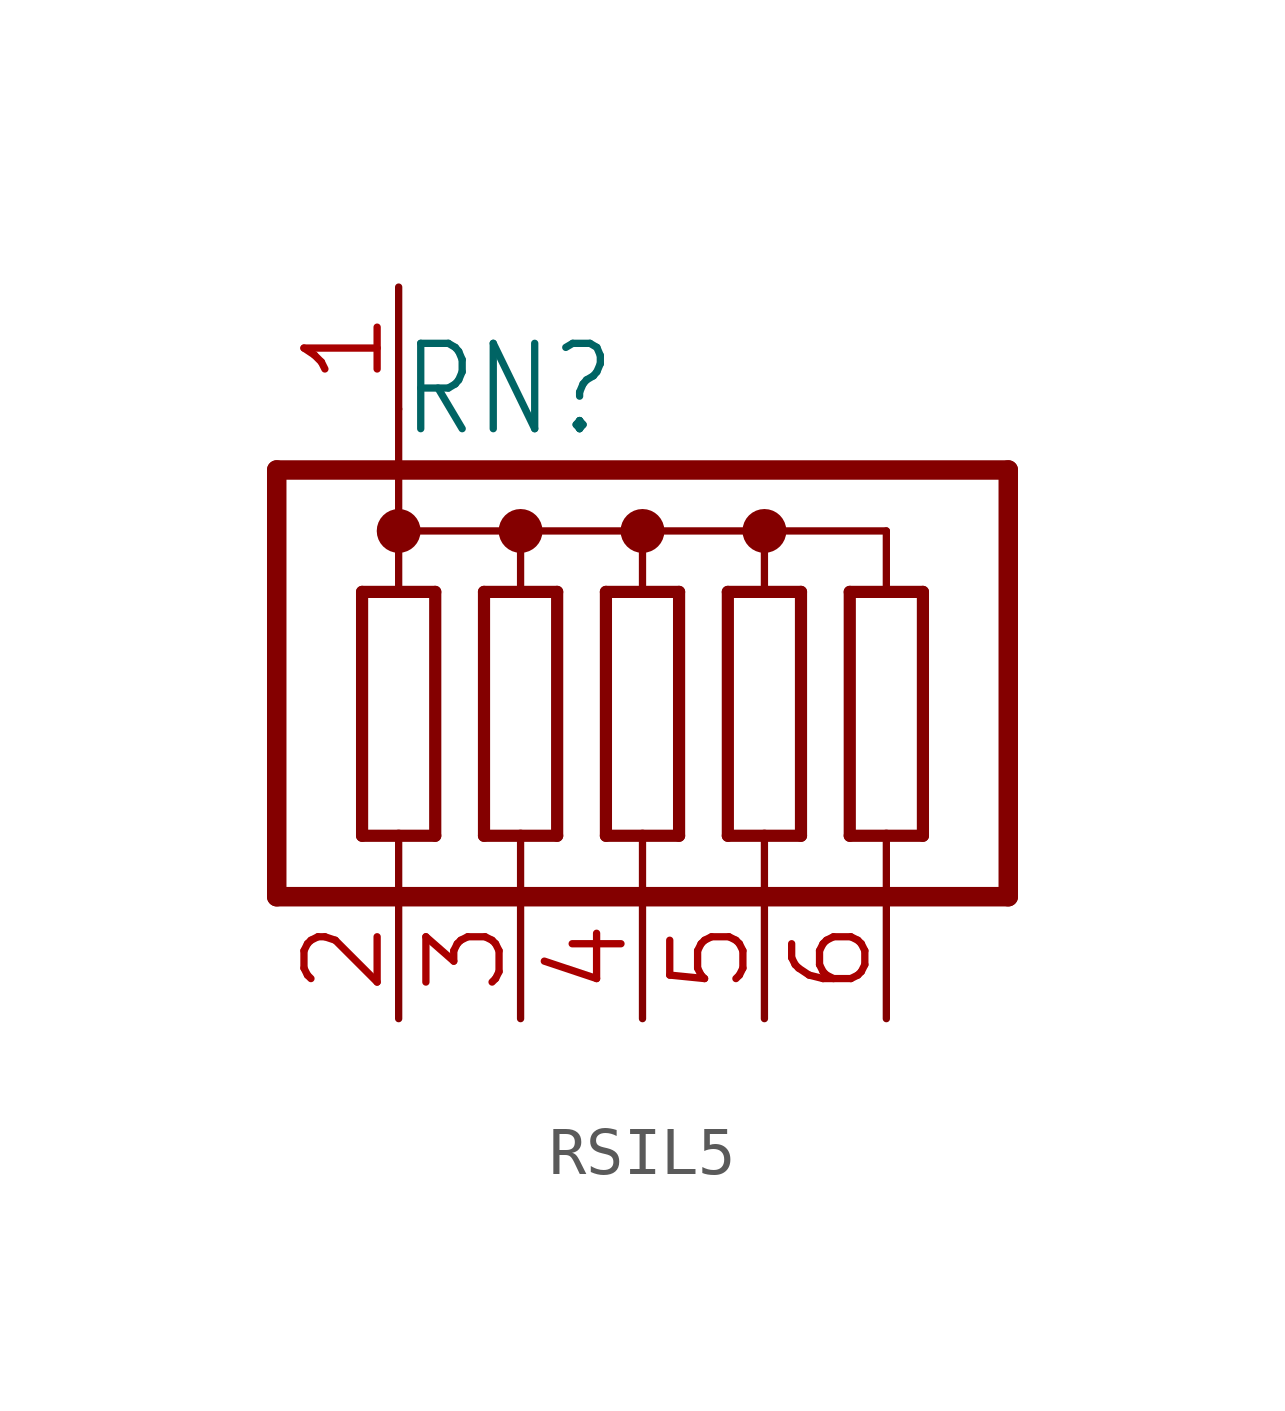
<source format=kicad_sym>
(kicad_symbol_lib
  (version 20241209)
  (generator "kicad_symbol_editor")
  (generator_version "9.0")
  (symbol "RSIL5"
    (property "Reference" "RN"
      (at -5.08 6.985 0)
      (effects (font (size 1.778 1.511)) (justify left bottom)))
    (property "Value" ""
      (at 2.54 6.985 0)
      (effects (font (size 1.778 1.511)) (justify left bottom)))
    (property "ki_locked" ""
      (at 0 0 0)
      (effects (font (size 1.27 1.27))))
    (symbol "RSIL5_1_0"
      (polyline (pts (xy -7.62 6.35) (xy 7.62 6.35)) (stroke (width 0.406) (type solid)) (fill (type none)))
      (polyline (pts (xy -7.62 -2.54) (xy -7.62 6.35)) (stroke (width 0.406) (type solid)) (fill (type none)))
      (polyline (pts (xy -7.62 -2.54) (xy 7.62 -2.54)) (stroke (width 0.406) (type solid)) (fill (type none)))
      (polyline (pts (xy -5.842 3.81) (xy -5.842 -1.27)) (stroke (width 0.254) (type solid)) (fill (type none)))
      (polyline (pts (xy -5.842 -1.27) (xy -5.08 -1.27)) (stroke (width 0.254) (type solid)) (fill (type none)))
      (polyline (pts (xy -5.08 7.62) (xy -5.08 5.08)) (stroke (width 0.152) (type solid)) (fill (type none)))
      (circle (center -5.08 5.08) (radius 0.254) (stroke (width 0.406) (type solid)) (fill (type none)))
      (polyline (pts (xy -5.08 5.08) (xy -5.08 3.81)) (stroke (width 0.152) (type solid)) (fill (type none)))
      (polyline (pts (xy -5.08 5.08) (xy -2.54 5.08)) (stroke (width 0.152) (type solid)) (fill (type none)))
      (polyline (pts (xy -5.08 3.81) (xy -5.842 3.81)) (stroke (width 0.254) (type solid)) (fill (type none)))
      (polyline (pts (xy -5.08 -1.27) (xy -5.08 -2.54)) (stroke (width 0.152) (type solid)) (fill (type none)))
      (polyline (pts (xy -5.08 -1.27) (xy -4.318 -1.27)) (stroke (width 0.254) (type solid)) (fill (type none)))
      (polyline (pts (xy -4.318 3.81) (xy -5.08 3.81)) (stroke (width 0.254) (type solid)) (fill (type none)))
      (polyline (pts (xy -4.318 -1.27) (xy -4.318 3.81)) (stroke (width 0.254) (type solid)) (fill (type none)))
      (polyline (pts (xy -3.302 3.81) (xy -3.302 -1.27)) (stroke (width 0.254) (type solid)) (fill (type none)))
      (polyline (pts (xy -3.302 -1.27) (xy -2.54 -1.27)) (stroke (width 0.254) (type solid)) (fill (type none)))
      (circle (center -2.54 5.08) (radius 0.254) (stroke (width 0.406) (type solid)) (fill (type none)))
      (polyline (pts (xy -2.54 5.08) (xy -2.54 3.81)) (stroke (width 0.152) (type solid)) (fill (type none)))
      (polyline (pts (xy -2.54 5.08) (xy 0 5.08)) (stroke (width 0.152) (type solid)) (fill (type none)))
      (polyline (pts (xy -2.54 3.81) (xy -3.302 3.81)) (stroke (width 0.254) (type solid)) (fill (type none)))
      (polyline (pts (xy -2.54 -1.27) (xy -1.778 -1.27)) (stroke (width 0.254) (type solid)) (fill (type none)))
      (polyline (pts (xy -2.54 -2.54) (xy -2.54 -1.27)) (stroke (width 0.152) (type solid)) (fill (type none)))
      (polyline (pts (xy -1.778 3.81) (xy -2.54 3.81)) (stroke (width 0.254) (type solid)) (fill (type none)))
      (polyline (pts (xy -1.778 -1.27) (xy -1.778 3.81)) (stroke (width 0.254) (type solid)) (fill (type none)))
      (polyline (pts (xy -0.762 3.81) (xy -0.762 -1.27)) (stroke (width 0.254) (type solid)) (fill (type none)))
      (polyline (pts (xy -0.762 -1.27) (xy 0 -1.27)) (stroke (width 0.254) (type solid)) (fill (type none)))
      (circle (center 0 5.08) (radius 0.254) (stroke (width 0.406) (type solid)) (fill (type none)))
      (polyline (pts (xy 0 5.08) (xy 0 3.81)) (stroke (width 0.152) (type solid)) (fill (type none)))
      (polyline (pts (xy 0 5.08) (xy 2.54 5.08)) (stroke (width 0.152) (type solid)) (fill (type none)))
      (polyline (pts (xy 0 3.81) (xy -0.762 3.81)) (stroke (width 0.254) (type solid)) (fill (type none)))
      (polyline (pts (xy 0 -1.27) (xy 0.762 -1.27)) (stroke (width 0.254) (type solid)) (fill (type none)))
      (polyline (pts (xy 0 -2.54) (xy 0 -1.27)) (stroke (width 0.152) (type solid)) (fill (type none)))
      (polyline (pts (xy 0.762 3.81) (xy 0 3.81)) (stroke (width 0.254) (type solid)) (fill (type none)))
      (polyline (pts (xy 0.762 -1.27) (xy 0.762 3.81)) (stroke (width 0.254) (type solid)) (fill (type none)))
      (polyline (pts (xy 1.778 3.81) (xy 1.778 -1.27)) (stroke (width 0.254) (type solid)) (fill (type none)))
      (polyline (pts (xy 1.778 -1.27) (xy 2.54 -1.27)) (stroke (width 0.254) (type solid)) (fill (type none)))
      (polyline (pts (xy 2.54 5.08) (xy 2.54 3.81)) (stroke (width 0.152) (type solid)) (fill (type none)))
      (polyline (pts (xy 2.54 5.08) (xy 5.08 5.08)) (stroke (width 0.152) (type solid)) (fill (type none)))
      (circle (center 2.54 5.08) (radius 0.254) (stroke (width 0.406) (type solid)) (fill (type none)))
      (polyline (pts (xy 2.54 3.81) (xy 1.778 3.81)) (stroke (width 0.254) (type solid)) (fill (type none)))
      (polyline (pts (xy 2.54 -1.27) (xy 3.302 -1.27)) (stroke (width 0.254) (type solid)) (fill (type none)))
      (polyline (pts (xy 2.54 -2.54) (xy 2.54 -1.27)) (stroke (width 0.152) (type solid)) (fill (type none)))
      (polyline (pts (xy 3.302 3.81) (xy 2.54 3.81)) (stroke (width 0.254) (type solid)) (fill (type none)))
      (polyline (pts (xy 3.302 -1.27) (xy 3.302 3.81)) (stroke (width 0.254) (type solid)) (fill (type none)))
      (polyline (pts (xy 4.318 3.81) (xy 4.318 -1.27)) (stroke (width 0.254) (type solid)) (fill (type none)))
      (polyline (pts (xy 4.318 -1.27) (xy 5.08 -1.27)) (stroke (width 0.254) (type solid)) (fill (type none)))
      (polyline (pts (xy 5.08 5.08) (xy 5.08 3.81)) (stroke (width 0.152) (type solid)) (fill (type none)))
      (polyline (pts (xy 5.08 3.81) (xy 4.318 3.81)) (stroke (width 0.254) (type solid)) (fill (type none)))
      (polyline (pts (xy 5.08 -1.27) (xy 5.842 -1.27)) (stroke (width 0.254) (type solid)) (fill (type none)))
      (polyline (pts (xy 5.08 -2.54) (xy 5.08 -1.27)) (stroke (width 0.152) (type solid)) (fill (type none)))
      (polyline (pts (xy 5.842 3.81) (xy 5.08 3.81)) (stroke (width 0.254) (type solid)) (fill (type none)))
      (polyline (pts (xy 5.842 -1.27) (xy 5.842 3.81)) (stroke (width 0.254) (type solid)) (fill (type none)))
      (polyline (pts (xy 7.62 6.35) (xy 7.62 -2.54)) (stroke (width 0.406) (type solid)) (fill (type none)))
      (pin passive line (at -5.08 10.16 270) (length 2.54) (name "1" (effects (font (size 0 0)))) (number "1" (effects (font (size 1.524 1.524)))))
      (pin passive line (at -5.08 -5.08 90) (length 2.54) (name "2" (effects (font (size 0 0)))) (number "2" (effects (font (size 1.524 1.524)))))
      (pin passive line (at -2.54 -5.08 90) (length 2.54) (name "3" (effects (font (size 0 0)))) (number "3" (effects (font (size 1.524 1.524)))))
      (pin passive line (at 0 -5.08 90) (length 2.54) (name "4" (effects (font (size 0 0)))) (number "4" (effects (font (size 1.524 1.524)))))
      (pin passive line (at 2.54 -5.08 90) (length 2.54) (name "5" (effects (font (size 0 0)))) (number "5" (effects (font (size 1.524 1.524)))))
      (pin passive line (at 5.08 -5.08 90) (length 2.54) (name "6" (effects (font (size 0 0)))) (number "6" (effects (font (size 1.524 1.524))))))))
</source>
